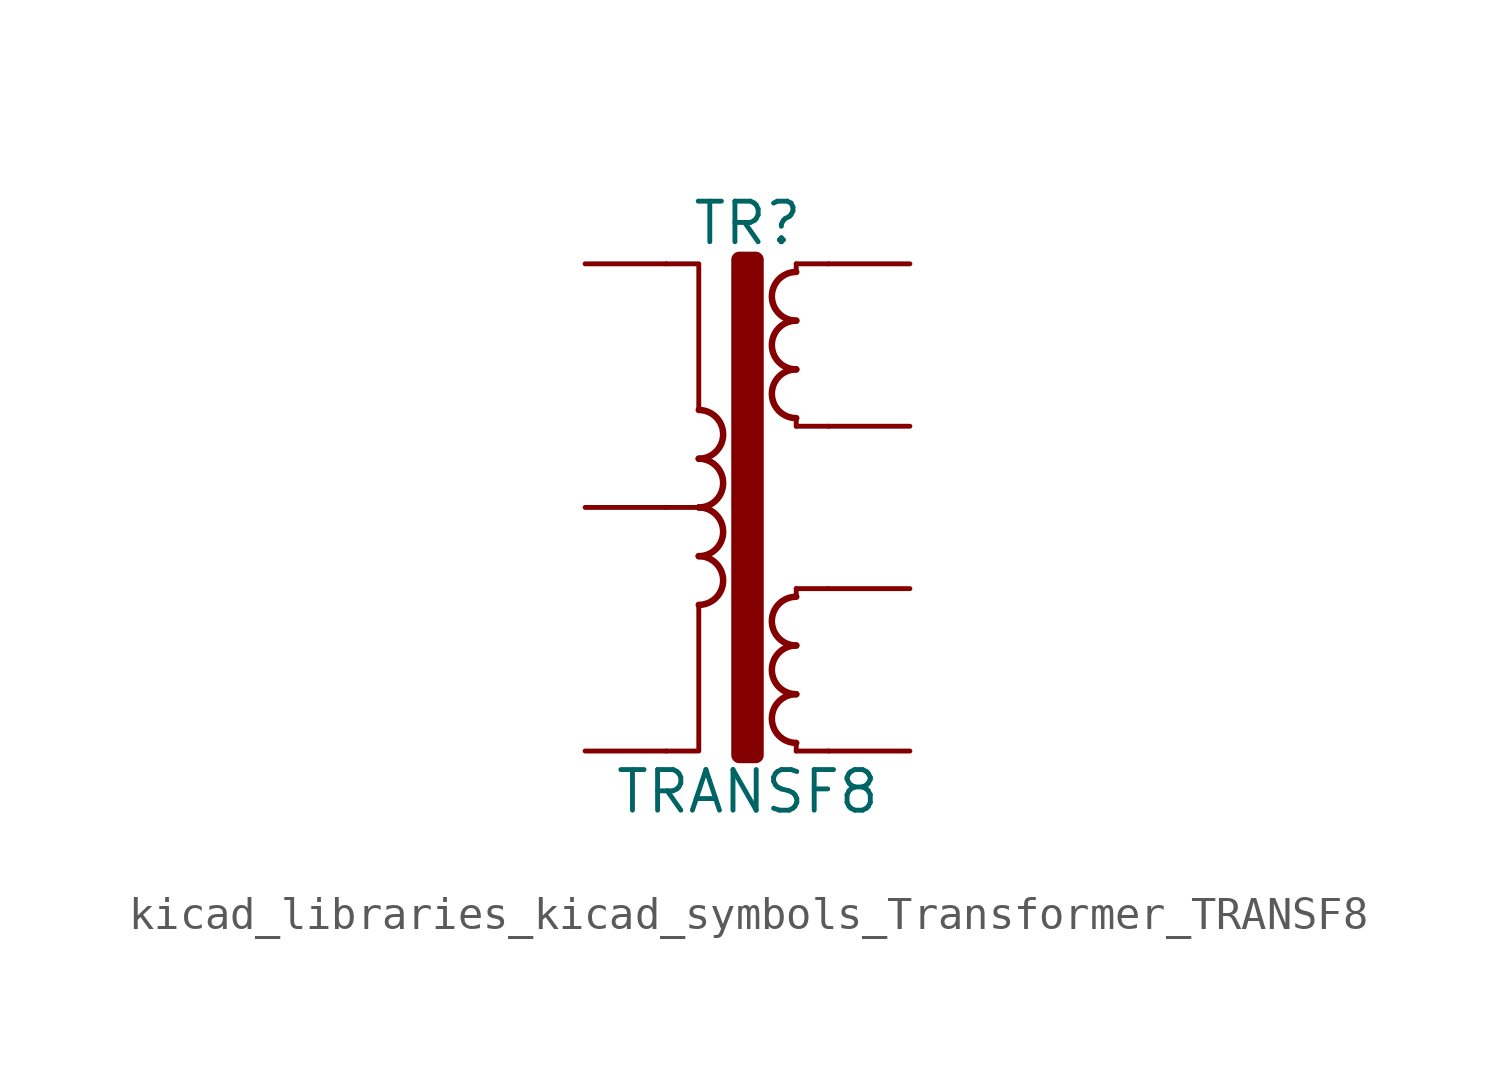
<source format=kicad_sym>
(kicad_symbol_lib
  (version 20220914)
  (generator kicad_symbol_editor)
  (symbol "kicad_libraries_kicad_symbols_Transformer_TRANSF8"
    (pin_numbers hide)
    (pin_names
      (offset 0))
    (property "Reference" "TR"
      (at 0 8.89 0)
      (effects (font (size 1.27 1.27))))
    (property "Value" "TRANSF8"
      (at 0 -8.89 0)
      (effects (font (size 1.27 1.27))))
    (symbol "kicad_libraries_kicad_symbols_Transformer_TRANSF8_0_1"
      (arc (start -1.524 -3.048) (mid -0.7653 -2.286) (end -1.524 -1.524) (stroke (width 0.2032) (type default)) (fill (type none)))
      (arc (start -1.524 -1.524) (mid -0.7653 -0.762) (end -1.524 0) (stroke (width 0.2032) (type default)) (fill (type none)))
      (arc (start -1.524 0) (mid -0.7653 0.762) (end -1.524 1.524) (stroke (width 0.2032) (type default)) (fill (type none)))
      (arc (start -1.524 1.524) (mid -0.7653 2.286) (end -1.524 3.048) (stroke (width 0.2032) (type default)) (fill (type none)))
      (rectangle (start -0.254 7.747) (end 0.254 -7.747) (stroke (width 0.508) (type default)) (fill (type outline)))
      (polyline (pts (xy -1.524 0) (xy -2.54 0) (xy -2.54 0)) (stroke (width 0) (type default)) (fill (type outline)))
      (polyline (pts (xy 1.524 -7.366) (xy 1.524 -7.62) (xy 1.524 -7.62)) (stroke (width 0) (type default)) (fill (type outline)))
      (polyline (pts (xy 1.524 -2.54) (xy 1.524 -2.794) (xy 1.524 -2.794)) (stroke (width 0) (type default)) (fill (type outline)))
      (polyline (pts (xy 1.524 -2.54) (xy 2.54 -2.54) (xy 2.54 -2.54)) (stroke (width 0) (type default)) (fill (type none)))
      (polyline (pts (xy 1.524 2.54) (xy 1.524 2.794) (xy 1.524 2.794)) (stroke (width 0) (type default)) (fill (type outline)))
      (polyline (pts (xy 1.524 2.54) (xy 2.54 2.54) (xy 2.54 2.54)) (stroke (width 0) (type default)) (fill (type none)))
      (polyline (pts (xy 1.524 7.62) (xy 1.524 7.366) (xy 1.524 7.366)) (stroke (width 0) (type default)) (fill (type outline)))
      (polyline (pts (xy 1.524 7.62) (xy 2.54 7.62) (xy 2.54 7.62)) (stroke (width 0) (type default)) (fill (type none)))
      (polyline (pts (xy 2.54 -7.62) (xy 1.524 -7.62) (xy 1.524 -7.62)) (stroke (width 0) (type default)) (fill (type none)))
      (polyline (pts (xy -2.54 -7.62) (xy -1.524 -7.62) (xy -1.524 -3.048) (xy -1.524 -3.048)) (stroke (width 0) (type default)) (fill (type none)))
      (polyline (pts (xy -2.54 7.62) (xy -1.524 7.62) (xy -1.524 3.048) (xy -1.524 3.048)) (stroke (width 0) (type default)) (fill (type none)))
      (arc (start 1.524 -5.842) (mid 0.7653 -6.604) (end 1.524 -7.366) (stroke (width 0.2032) (type default)) (fill (type none)))
      (arc (start 1.524 -4.318) (mid 0.7653 -5.08) (end 1.524 -5.842) (stroke (width 0.2032) (type default)) (fill (type none)))
      (arc (start 1.524 -2.794) (mid 0.7653 -3.556) (end 1.524 -4.318) (stroke (width 0.2032) (type default)) (fill (type none)))
      (arc (start 1.524 4.318) (mid 0.7653 3.556) (end 1.524 2.794) (stroke (width 0.2032) (type default)) (fill (type none)))
      (arc (start 1.524 5.842) (mid 0.7653 5.08) (end 1.524 4.318) (stroke (width 0.2032) (type default)) (fill (type none)))
      (arc (start 1.524 7.366) (mid 0.7653 6.604) (end 1.524 5.842) (stroke (width 0.2032) (type default)) (fill (type none))))
    (symbol "kicad_libraries_kicad_symbols_Transformer_TRANSF8_1_1"
      (pin passive line (at -5.08 7.62 0) (length 2.54) (name "~" (effects (font (size 1.27 1.27)))) (number "1" (effects (font (size 1.27 1.27)))))
      (pin passive line (at -5.08 0 0) (length 2.54) (name "~" (effects (font (size 1.27 1.27)))) (number "2" (effects (font (size 1.27 1.27)))))
      (pin passive line (at -5.08 -7.62 0) (length 2.54) (name "~" (effects (font (size 1.27 1.27)))) (number "3" (effects (font (size 1.27 1.27)))))
      (pin passive line (at 5.08 7.62 180) (length 2.54) (name "~" (effects (font (size 1.27 1.27)))) (number "4" (effects (font (size 1.27 1.27)))))
      (pin passive line (at 5.08 2.54 180) (length 2.54) (name "~" (effects (font (size 1.27 1.27)))) (number "5" (effects (font (size 1.27 1.27)))))
      (pin passive line (at 5.08 -2.54 180) (length 2.54) (name "~" (effects (font (size 1.27 1.27)))) (number "6" (effects (font (size 1.27 1.27)))))
      (pin passive line (at 5.08 -7.62 180) (length 2.54) (name "~" (effects (font (size 1.27 1.27)))) (number "7" (effects (font (size 1.27 1.27))))))))
</source>
